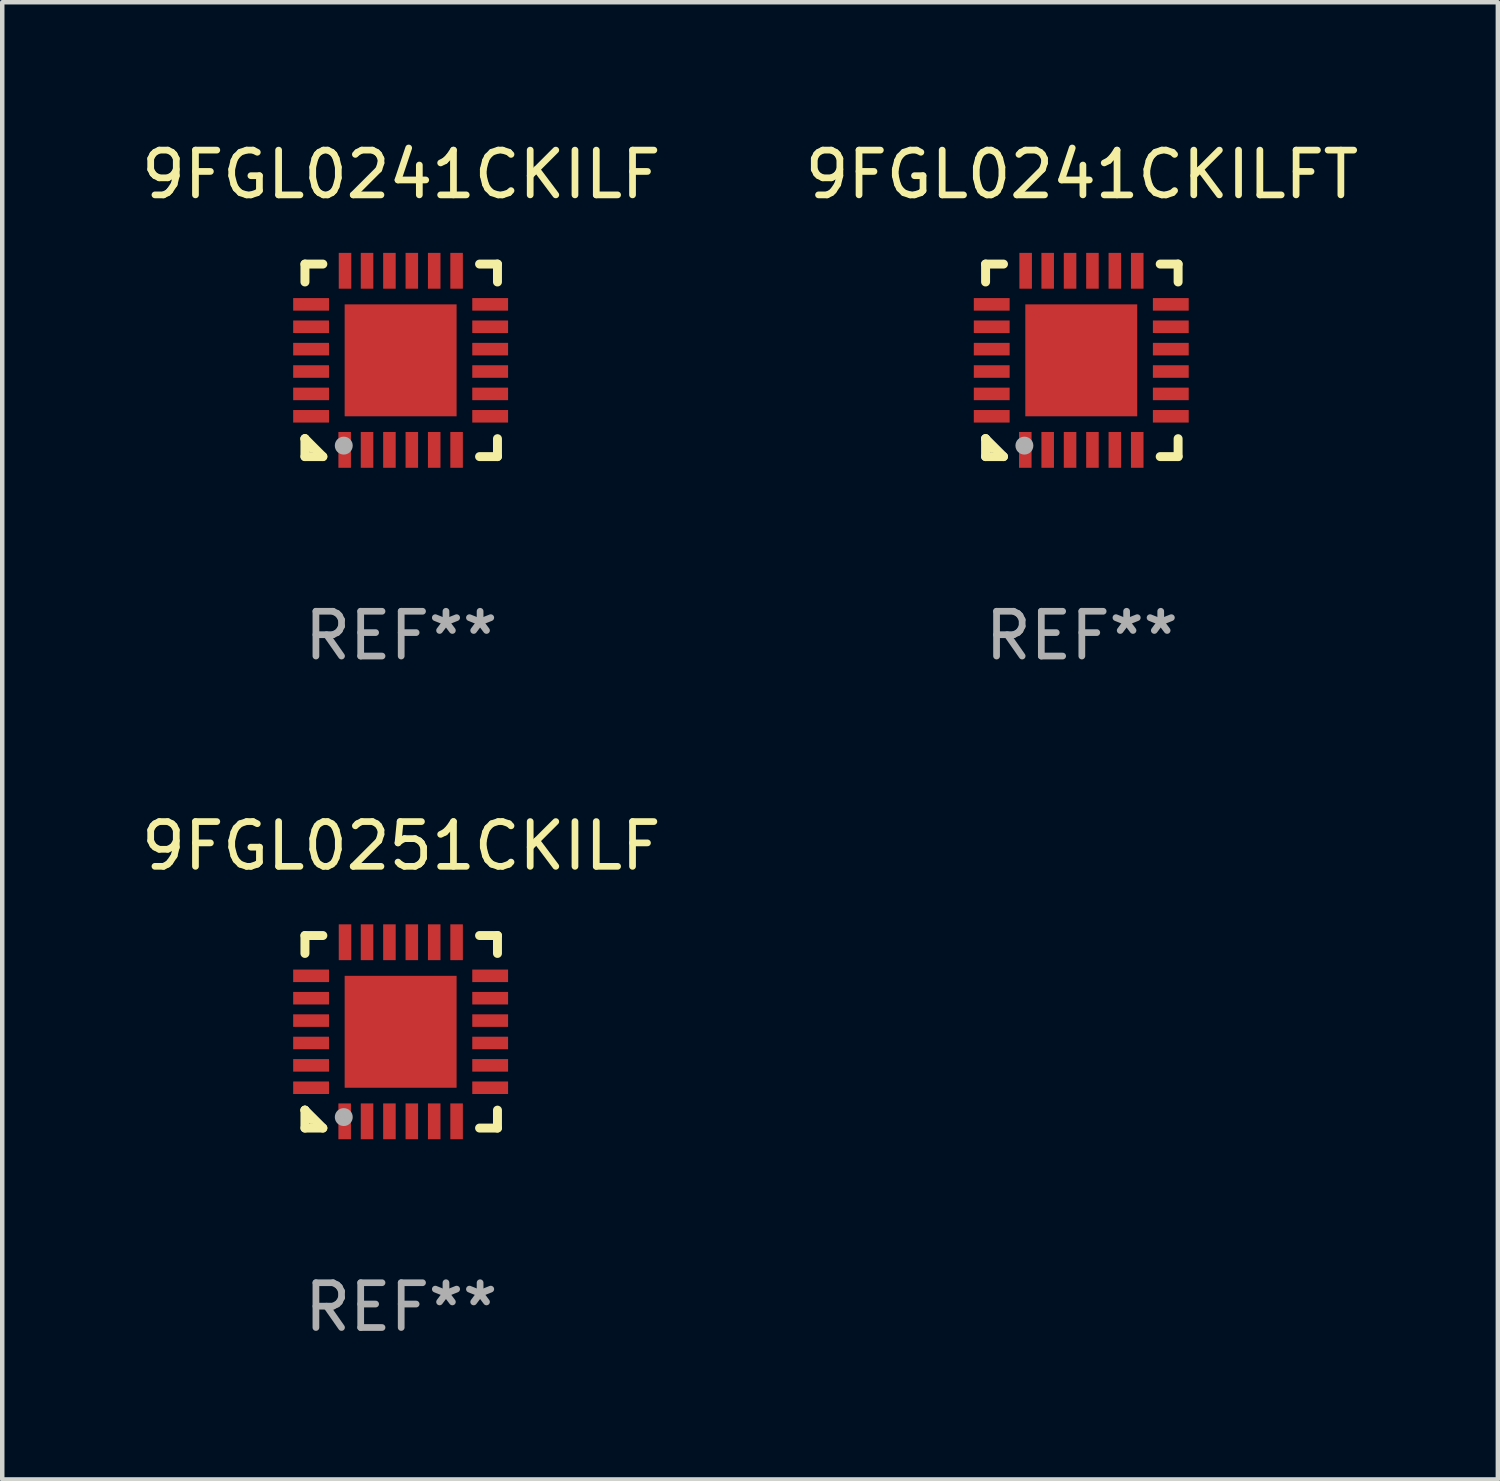
<source format=kicad_pcb>
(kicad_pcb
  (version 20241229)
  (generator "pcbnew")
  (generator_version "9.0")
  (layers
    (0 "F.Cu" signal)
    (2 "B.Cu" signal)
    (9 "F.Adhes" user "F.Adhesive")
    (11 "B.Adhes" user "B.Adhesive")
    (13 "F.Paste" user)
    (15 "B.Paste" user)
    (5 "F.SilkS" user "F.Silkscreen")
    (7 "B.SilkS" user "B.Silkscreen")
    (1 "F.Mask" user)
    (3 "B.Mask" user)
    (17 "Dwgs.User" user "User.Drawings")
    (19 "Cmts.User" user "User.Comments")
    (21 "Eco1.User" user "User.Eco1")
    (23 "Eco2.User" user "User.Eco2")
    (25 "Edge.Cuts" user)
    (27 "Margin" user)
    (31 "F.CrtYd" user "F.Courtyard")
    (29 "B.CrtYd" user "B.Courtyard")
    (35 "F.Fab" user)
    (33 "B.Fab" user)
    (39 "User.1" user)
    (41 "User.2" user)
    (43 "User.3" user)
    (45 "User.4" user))
  (footprint "9FGL0251CKILF"
    (layer "F.Cu")
    (at 5.911 19.995)
    (property "Reference" "9FGL0251CKILF" (at 0 -4.15 0) (layer "F.SilkS") (effects (font (size 1 1) (thickness 0.15))))
    (attr through_hole)
    (fp_line (start -2.15 -2.15) (end -1.75 -2.15) (stroke (width 0.2) (type solid)) (layer "F.SilkS"))
    (fp_line (start -2.15 -1.75) (end -2.15 -2.15) (stroke (width 0.2) (type solid)) (layer "F.SilkS"))
    (fp_line (start -2.15 1.75) (end -2.15 1.75) (stroke (width 0.2) (type solid)) (layer "F.SilkS"))
    (fp_line (start -2.15 1.75) (end -1.75 2.15) (stroke (width 0.2) (type solid)) (layer "F.SilkS"))
    (fp_line (start -2.15 2.15) (end -2.15 1.75) (stroke (width 0.2) (type solid)) (layer "F.SilkS"))
    (fp_line (start -1.75 2.15) (end -2.15 2.15) (stroke (width 0.2) (type solid)) (layer "F.SilkS"))
    (fp_line (start 2.15 -2.15) (end 1.75 -2.15) (stroke (width 0.2) (type solid)) (layer "F.SilkS"))
    (fp_line (start 2.15 -1.75) (end 2.15 -2.15) (stroke (width 0.2) (type solid)) (layer "F.SilkS"))
    (fp_line (start 2.15 1.75) (end 2.15 2.15) (stroke (width 0.2) (type solid)) (layer "F.SilkS"))
    (fp_line (start 2.15 2.15) (end 1.75 2.15) (stroke (width 0.2) (type solid)) (layer "F.SilkS"))
    (fp_circle (center -2.013 2) (end -1.983 2) (stroke (width 0.06) (type solid)) (fill no) (layer "F.SilkS"))
    (fp_circle (center -1.283 1.905) (end -1.183 1.905) (stroke (width 0.2) (type solid)) (fill no) (layer "F.Fab"))
    (fp_text user "REF**" (at 0 6.15 0) (layer "F.Fab") (effects (font (size 1 1) (thickness 0.15))))
    (pad "1" smd rect (at -1.263 2 180) (size 0.28 0.8) (layers "F.Cu" "F.Mask" "F.Paste"))
    (pad "2" smd rect (at -0.763 2 180) (size 0.28 0.8) (layers "F.Cu" "F.Mask" "F.Paste"))
    (pad "3" smd rect (at -0.263 2 180) (size 0.28 0.8) (layers "F.Cu" "F.Mask" "F.Paste"))
    (pad "4" smd rect (at 0.237 2 180) (size 0.28 0.8) (layers "F.Cu" "F.Mask" "F.Paste"))
    (pad "5" smd rect (at 0.737 2 180) (size 0.28 0.8) (layers "F.Cu" "F.Mask" "F.Paste"))
    (pad "6" smd rect (at 1.237 2 180) (size 0.28 0.8) (layers "F.Cu" "F.Mask" "F.Paste"))
    (pad "7" smd rect (at 1.987 1.25 90) (size 0.28 0.8) (layers "F.Cu" "F.Mask" "F.Paste"))
    (pad "8" smd rect (at 1.987 0.75 90) (size 0.28 0.8) (layers "F.Cu" "F.Mask" "F.Paste"))
    (pad "9" smd rect (at 1.987 0.25 90) (size 0.28 0.8) (layers "F.Cu" "F.Mask" "F.Paste"))
    (pad "10" smd rect (at 1.987 -0.25 90) (size 0.28 0.8) (layers "F.Cu" "F.Mask" "F.Paste"))
    (pad "11" smd rect (at 1.987 -0.75 90) (size 0.28 0.8) (layers "F.Cu" "F.Mask" "F.Paste"))
    (pad "12" smd rect (at 1.987 -1.25 90) (size 0.28 0.8) (layers "F.Cu" "F.Mask" "F.Paste"))
    (pad "13" smd rect (at 1.237 -2 180) (size 0.28 0.8) (layers "F.Cu" "F.Mask" "F.Paste"))
    (pad "14" smd rect (at 0.737 -2 180) (size 0.28 0.8) (layers "F.Cu" "F.Mask" "F.Paste"))
    (pad "15" smd rect (at 0.237 -2 180) (size 0.28 0.8) (layers "F.Cu" "F.Mask" "F.Paste"))
    (pad "16" smd rect (at -0.263 -2 180) (size 0.28 0.8) (layers "F.Cu" "F.Mask" "F.Paste"))
    (pad "17" smd rect (at -0.763 -2 180) (size 0.28 0.8) (layers "F.Cu" "F.Mask" "F.Paste"))
    (pad "18" smd rect (at -1.255 -2 180) (size 0.28 0.8) (layers "F.Cu" "F.Mask" "F.Paste"))
    (pad "19" smd rect (at -2.013 -1.25 90) (size 0.28 0.8) (layers "F.Cu" "F.Mask" "F.Paste"))
    (pad "20" smd rect (at -2.013 -0.75 90) (size 0.28 0.8) (layers "F.Cu" "F.Mask" "F.Paste"))
    (pad "21" smd rect (at -2.013 -0.25 90) (size 0.28 0.8) (layers "F.Cu" "F.Mask" "F.Paste"))
    (pad "22" smd rect (at -2.013 0.25 90) (size 0.28 0.8) (layers "F.Cu" "F.Mask" "F.Paste"))
    (pad "23" smd rect (at -2.013 0.75 90) (size 0.28 0.8) (layers "F.Cu" "F.Mask" "F.Paste"))
    (pad "24" smd rect (at -2.013 1.25 90) (size 0.28 0.8) (layers "F.Cu" "F.Mask" "F.Paste"))
    (pad "25" smd rect (at -0.013 0 90) (size 2.5 2.5) (layers "F.Cu" "F.Mask" "F.Paste")))
  (footprint "9FGL0241CKILFT"
    (layer "F.Cu")
    (at 21.113 4.998)
    (property "Reference" "9FGL0241CKILFT" (at 0 -4.15 0) (layer "F.SilkS") (effects (font (size 1 1) (thickness 0.15))))
    (attr through_hole)
    (fp_line (start -2.15 -2.15) (end -1.75 -2.15) (stroke (width 0.2) (type solid)) (layer "F.SilkS"))
    (fp_line (start -2.15 -1.75) (end -2.15 -2.15) (stroke (width 0.2) (type solid)) (layer "F.SilkS"))
    (fp_line (start -2.15 1.75) (end -2.15 1.75) (stroke (width 0.2) (type solid)) (layer "F.SilkS"))
    (fp_line (start -2.15 1.75) (end -1.75 2.15) (stroke (width 0.2) (type solid)) (layer "F.SilkS"))
    (fp_line (start -2.15 2.15) (end -2.15 1.75) (stroke (width 0.2) (type solid)) (layer "F.SilkS"))
    (fp_line (start -1.75 2.15) (end -2.15 2.15) (stroke (width 0.2) (type solid)) (layer "F.SilkS"))
    (fp_line (start 2.15 -2.15) (end 1.75 -2.15) (stroke (width 0.2) (type solid)) (layer "F.SilkS"))
    (fp_line (start 2.15 -1.75) (end 2.15 -2.15) (stroke (width 0.2) (type solid)) (layer "F.SilkS"))
    (fp_line (start 2.15 1.75) (end 2.15 2.15) (stroke (width 0.2) (type solid)) (layer "F.SilkS"))
    (fp_line (start 2.15 2.15) (end 1.75 2.15) (stroke (width 0.2) (type solid)) (layer "F.SilkS"))
    (fp_circle (center -2.013 2) (end -1.983 2) (stroke (width 0.06) (type solid)) (fill no) (layer "F.SilkS"))
    (fp_circle (center -1.283 1.905) (end -1.183 1.905) (stroke (width 0.2) (type solid)) (fill no) (layer "F.Fab"))
    (fp_text user "REF**" (at 0 6.15 0) (layer "F.Fab") (effects (font (size 1 1) (thickness 0.15))))
    (pad "1" smd rect (at -1.263 2 180) (size 0.28 0.8) (layers "F.Cu" "F.Mask" "F.Paste"))
    (pad "2" smd rect (at -0.763 2 180) (size 0.28 0.8) (layers "F.Cu" "F.Mask" "F.Paste"))
    (pad "3" smd rect (at -0.263 2 180) (size 0.28 0.8) (layers "F.Cu" "F.Mask" "F.Paste"))
    (pad "4" smd rect (at 0.237 2 180) (size 0.28 0.8) (layers "F.Cu" "F.Mask" "F.Paste"))
    (pad "5" smd rect (at 0.737 2 180) (size 0.28 0.8) (layers "F.Cu" "F.Mask" "F.Paste"))
    (pad "6" smd rect (at 1.237 2 180) (size 0.28 0.8) (layers "F.Cu" "F.Mask" "F.Paste"))
    (pad "7" smd rect (at 1.987 1.25 90) (size 0.28 0.8) (layers "F.Cu" "F.Mask" "F.Paste"))
    (pad "8" smd rect (at 1.987 0.75 90) (size 0.28 0.8) (layers "F.Cu" "F.Mask" "F.Paste"))
    (pad "9" smd rect (at 1.987 0.25 90) (size 0.28 0.8) (layers "F.Cu" "F.Mask" "F.Paste"))
    (pad "10" smd rect (at 1.987 -0.25 90) (size 0.28 0.8) (layers "F.Cu" "F.Mask" "F.Paste"))
    (pad "11" smd rect (at 1.987 -0.75 90) (size 0.28 0.8) (layers "F.Cu" "F.Mask" "F.Paste"))
    (pad "12" smd rect (at 1.987 -1.25 90) (size 0.28 0.8) (layers "F.Cu" "F.Mask" "F.Paste"))
    (pad "13" smd rect (at 1.237 -2 180) (size 0.28 0.8) (layers "F.Cu" "F.Mask" "F.Paste"))
    (pad "14" smd rect (at 0.737 -2 180) (size 0.28 0.8) (layers "F.Cu" "F.Mask" "F.Paste"))
    (pad "15" smd rect (at 0.237 -2 180) (size 0.28 0.8) (layers "F.Cu" "F.Mask" "F.Paste"))
    (pad "16" smd rect (at -0.263 -2 180) (size 0.28 0.8) (layers "F.Cu" "F.Mask" "F.Paste"))
    (pad "17" smd rect (at -0.763 -2 180) (size 0.28 0.8) (layers "F.Cu" "F.Mask" "F.Paste"))
    (pad "18" smd rect (at -1.255 -2 180) (size 0.28 0.8) (layers "F.Cu" "F.Mask" "F.Paste"))
    (pad "19" smd rect (at -2.013 -1.25 90) (size 0.28 0.8) (layers "F.Cu" "F.Mask" "F.Paste"))
    (pad "20" smd rect (at -2.013 -0.75 90) (size 0.28 0.8) (layers "F.Cu" "F.Mask" "F.Paste"))
    (pad "21" smd rect (at -2.013 -0.25 90) (size 0.28 0.8) (layers "F.Cu" "F.Mask" "F.Paste"))
    (pad "22" smd rect (at -2.013 0.25 90) (size 0.28 0.8) (layers "F.Cu" "F.Mask" "F.Paste"))
    (pad "23" smd rect (at -2.013 0.75 90) (size 0.28 0.8) (layers "F.Cu" "F.Mask" "F.Paste"))
    (pad "24" smd rect (at -2.013 1.25 90) (size 0.28 0.8) (layers "F.Cu" "F.Mask" "F.Paste"))
    (pad "25" smd rect (at -0.013 0 90) (size 2.5 2.5) (layers "F.Cu" "F.Mask" "F.Paste")))
  (footprint "9FGL0241CKILF"
    (layer "F.Cu")
    (at 5.911 4.998)
    (property "Reference" "9FGL0241CKILF" (at 0 -4.15 0) (layer "F.SilkS") (effects (font (size 1 1) (thickness 0.15))))
    (attr through_hole)
    (fp_line (start -2.15 -2.15) (end -1.75 -2.15) (stroke (width 0.2) (type solid)) (layer "F.SilkS"))
    (fp_line (start -2.15 -1.75) (end -2.15 -2.15) (stroke (width 0.2) (type solid)) (layer "F.SilkS"))
    (fp_line (start -2.15 1.75) (end -2.15 1.75) (stroke (width 0.2) (type solid)) (layer "F.SilkS"))
    (fp_line (start -2.15 1.75) (end -1.75 2.15) (stroke (width 0.2) (type solid)) (layer "F.SilkS"))
    (fp_line (start -2.15 2.15) (end -2.15 1.75) (stroke (width 0.2) (type solid)) (layer "F.SilkS"))
    (fp_line (start -1.75 2.15) (end -2.15 2.15) (stroke (width 0.2) (type solid)) (layer "F.SilkS"))
    (fp_line (start 2.15 -2.15) (end 1.75 -2.15) (stroke (width 0.2) (type solid)) (layer "F.SilkS"))
    (fp_line (start 2.15 -1.75) (end 2.15 -2.15) (stroke (width 0.2) (type solid)) (layer "F.SilkS"))
    (fp_line (start 2.15 1.75) (end 2.15 2.15) (stroke (width 0.2) (type solid)) (layer "F.SilkS"))
    (fp_line (start 2.15 2.15) (end 1.75 2.15) (stroke (width 0.2) (type solid)) (layer "F.SilkS"))
    (fp_circle (center -2.013 2) (end -1.983 2) (stroke (width 0.06) (type solid)) (fill no) (layer "F.SilkS"))
    (fp_circle (center -1.283 1.905) (end -1.183 1.905) (stroke (width 0.2) (type solid)) (fill no) (layer "F.Fab"))
    (fp_text user "REF**" (at 0 6.15 0) (layer "F.Fab") (effects (font (size 1 1) (thickness 0.15))))
    (pad "1" smd rect (at -1.263 2 180) (size 0.28 0.8) (layers "F.Cu" "F.Mask" "F.Paste"))
    (pad "2" smd rect (at -0.763 2 180) (size 0.28 0.8) (layers "F.Cu" "F.Mask" "F.Paste"))
    (pad "3" smd rect (at -0.263 2 180) (size 0.28 0.8) (layers "F.Cu" "F.Mask" "F.Paste"))
    (pad "4" smd rect (at 0.237 2 180) (size 0.28 0.8) (layers "F.Cu" "F.Mask" "F.Paste"))
    (pad "5" smd rect (at 0.737 2 180) (size 0.28 0.8) (layers "F.Cu" "F.Mask" "F.Paste"))
    (pad "6" smd rect (at 1.237 2 180) (size 0.28 0.8) (layers "F.Cu" "F.Mask" "F.Paste"))
    (pad "7" smd rect (at 1.987 1.25 90) (size 0.28 0.8) (layers "F.Cu" "F.Mask" "F.Paste"))
    (pad "8" smd rect (at 1.987 0.75 90) (size 0.28 0.8) (layers "F.Cu" "F.Mask" "F.Paste"))
    (pad "9" smd rect (at 1.987 0.25 90) (size 0.28 0.8) (layers "F.Cu" "F.Mask" "F.Paste"))
    (pad "10" smd rect (at 1.987 -0.25 90) (size 0.28 0.8) (layers "F.Cu" "F.Mask" "F.Paste"))
    (pad "11" smd rect (at 1.987 -0.75 90) (size 0.28 0.8) (layers "F.Cu" "F.Mask" "F.Paste"))
    (pad "12" smd rect (at 1.987 -1.25 90) (size 0.28 0.8) (layers "F.Cu" "F.Mask" "F.Paste"))
    (pad "13" smd rect (at 1.237 -2 180) (size 0.28 0.8) (layers "F.Cu" "F.Mask" "F.Paste"))
    (pad "14" smd rect (at 0.737 -2 180) (size 0.28 0.8) (layers "F.Cu" "F.Mask" "F.Paste"))
    (pad "15" smd rect (at 0.237 -2 180) (size 0.28 0.8) (layers "F.Cu" "F.Mask" "F.Paste"))
    (pad "16" smd rect (at -0.263 -2 180) (size 0.28 0.8) (layers "F.Cu" "F.Mask" "F.Paste"))
    (pad "17" smd rect (at -0.763 -2 180) (size 0.28 0.8) (layers "F.Cu" "F.Mask" "F.Paste"))
    (pad "18" smd rect (at -1.255 -2 180) (size 0.28 0.8) (layers "F.Cu" "F.Mask" "F.Paste"))
    (pad "19" smd rect (at -2.013 -1.25 90) (size 0.28 0.8) (layers "F.Cu" "F.Mask" "F.Paste"))
    (pad "20" smd rect (at -2.013 -0.75 90) (size 0.28 0.8) (layers "F.Cu" "F.Mask" "F.Paste"))
    (pad "21" smd rect (at -2.013 -0.25 90) (size 0.28 0.8) (layers "F.Cu" "F.Mask" "F.Paste"))
    (pad "22" smd rect (at -2.013 0.25 90) (size 0.28 0.8) (layers "F.Cu" "F.Mask" "F.Paste"))
    (pad "23" smd rect (at -2.013 0.75 90) (size 0.28 0.8) (layers "F.Cu" "F.Mask" "F.Paste"))
    (pad "24" smd rect (at -2.013 1.25 90) (size 0.28 0.8) (layers "F.Cu" "F.Mask" "F.Paste"))
    (pad "25" smd rect (at -0.013 0 90) (size 2.5 2.5) (layers "F.Cu" "F.Mask" "F.Paste")))
  (gr_rect
    (start -3 -3)
    (end 30.405 29.994)
    (stroke (width 0.1) (type default))
    (fill no)
    (layer "Edge.Cuts")))
</source>
